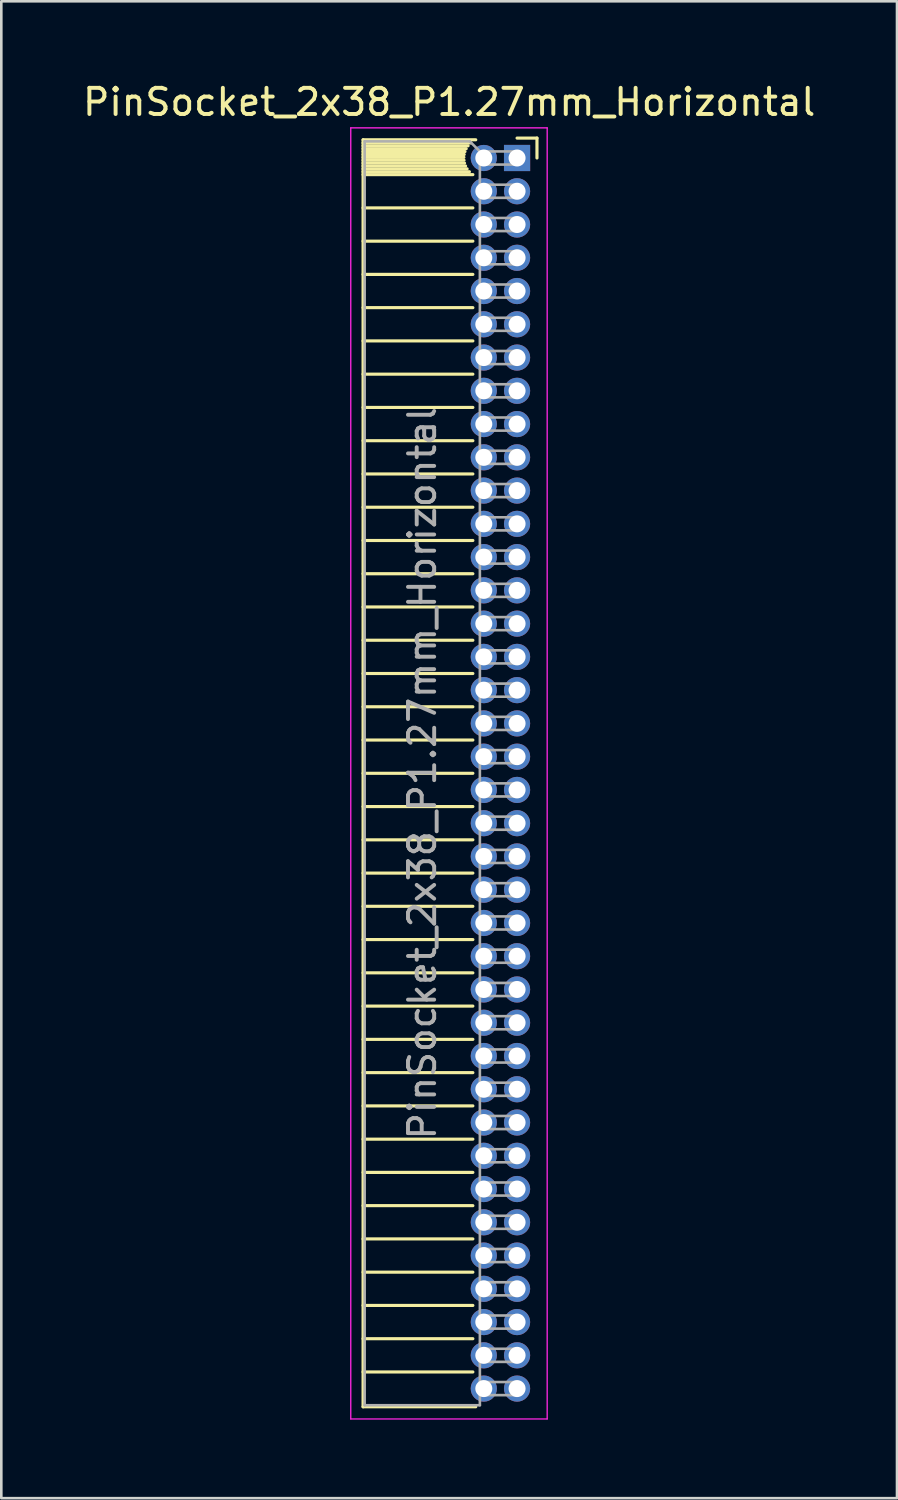
<source format=kicad_pcb>
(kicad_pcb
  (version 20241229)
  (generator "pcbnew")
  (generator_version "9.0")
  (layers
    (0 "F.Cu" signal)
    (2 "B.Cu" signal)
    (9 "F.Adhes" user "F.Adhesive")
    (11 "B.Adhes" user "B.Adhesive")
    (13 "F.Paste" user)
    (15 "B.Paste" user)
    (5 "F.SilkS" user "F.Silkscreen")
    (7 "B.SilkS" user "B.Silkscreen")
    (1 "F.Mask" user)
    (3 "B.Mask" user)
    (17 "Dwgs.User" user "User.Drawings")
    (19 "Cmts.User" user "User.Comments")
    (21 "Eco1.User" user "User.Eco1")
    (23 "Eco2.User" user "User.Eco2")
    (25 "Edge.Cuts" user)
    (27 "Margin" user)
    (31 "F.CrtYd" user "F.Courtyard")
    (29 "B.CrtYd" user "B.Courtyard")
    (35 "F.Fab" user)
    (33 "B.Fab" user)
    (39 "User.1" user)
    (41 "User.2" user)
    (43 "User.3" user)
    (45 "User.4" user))
  (footprint "PinSocket_2x38_P1.27mm_Horizontal"
    (layer "F.Cu")
    (at 16.694 2.983)
    (property "Reference" "PinSocket_2x38_P1.27mm_Horizontal" (at -2.592 -2.135 0) (layer "F.SilkS") (effects (font (size 1 1) (thickness 0.15))))
    (attr through_hole)
    (fp_line (start -5.88 -0.695) (end -5.88 47.685) (stroke (width 0.12) (type solid)) (layer "F.SilkS"))
    (fp_line (start -5.88 -0.695) (end -1.578 -0.695) (stroke (width 0.12) (type solid)) (layer "F.SilkS"))
    (fp_line (start -5.88 -0.575) (end -1.767 -0.575) (stroke (width 0.12) (type solid)) (layer "F.SilkS"))
    (fp_line (start -5.88 -0.465) (end -1.871 -0.465) (stroke (width 0.12) (type solid)) (layer "F.SilkS"))
    (fp_line (start -5.88 -0.355) (end -1.942 -0.355) (stroke (width 0.12) (type solid)) (layer "F.SilkS"))
    (fp_line (start -5.88 -0.245) (end -1.989 -0.245) (stroke (width 0.12) (type solid)) (layer "F.SilkS"))
    (fp_line (start -5.88 -0.135) (end -2.018 -0.135) (stroke (width 0.12) (type solid)) (layer "F.SilkS"))
    (fp_line (start -5.88 -0.025) (end -2.03 -0.025) (stroke (width 0.12) (type solid)) (layer "F.SilkS"))
    (fp_line (start -5.88 0.085) (end -2.025 0.085) (stroke (width 0.12) (type solid)) (layer "F.SilkS"))
    (fp_line (start -5.88 0.195) (end -2.005 0.195) (stroke (width 0.12) (type solid)) (layer "F.SilkS"))
    (fp_line (start -5.88 0.305) (end -1.966 0.305) (stroke (width 0.12) (type solid)) (layer "F.SilkS"))
    (fp_line (start -5.88 0.415) (end -1.907 0.415) (stroke (width 0.12) (type solid)) (layer "F.SilkS"))
    (fp_line (start -5.88 0.525) (end -1.82 0.525) (stroke (width 0.12) (type solid)) (layer "F.SilkS"))
    (fp_line (start -5.88 0.635) (end -1.688 0.635) (stroke (width 0.12) (type solid)) (layer "F.SilkS"))
    (fp_line (start -5.88 1.905) (end -1.688 1.905) (stroke (width 0.12) (type solid)) (layer "F.SilkS"))
    (fp_line (start -5.88 3.175) (end -1.688 3.175) (stroke (width 0.12) (type solid)) (layer "F.SilkS"))
    (fp_line (start -5.88 4.445) (end -1.688 4.445) (stroke (width 0.12) (type solid)) (layer "F.SilkS"))
    (fp_line (start -5.88 5.715) (end -1.688 5.715) (stroke (width 0.12) (type solid)) (layer "F.SilkS"))
    (fp_line (start -5.88 6.985) (end -1.688 6.985) (stroke (width 0.12) (type solid)) (layer "F.SilkS"))
    (fp_line (start -5.88 8.255) (end -1.688 8.255) (stroke (width 0.12) (type solid)) (layer "F.SilkS"))
    (fp_line (start -5.88 9.525) (end -1.688 9.525) (stroke (width 0.12) (type solid)) (layer "F.SilkS"))
    (fp_line (start -5.88 10.795) (end -1.688 10.795) (stroke (width 0.12) (type solid)) (layer "F.SilkS"))
    (fp_line (start -5.88 12.065) (end -1.688 12.065) (stroke (width 0.12) (type solid)) (layer "F.SilkS"))
    (fp_line (start -5.88 13.335) (end -1.688 13.335) (stroke (width 0.12) (type solid)) (layer "F.SilkS"))
    (fp_line (start -5.88 14.605) (end -1.688 14.605) (stroke (width 0.12) (type solid)) (layer "F.SilkS"))
    (fp_line (start -5.88 15.875) (end -1.688 15.875) (stroke (width 0.12) (type solid)) (layer "F.SilkS"))
    (fp_line (start -5.88 17.145) (end -1.688 17.145) (stroke (width 0.12) (type solid)) (layer "F.SilkS"))
    (fp_line (start -5.88 18.415) (end -1.688 18.415) (stroke (width 0.12) (type solid)) (layer "F.SilkS"))
    (fp_line (start -5.88 19.685) (end -1.688 19.685) (stroke (width 0.12) (type solid)) (layer "F.SilkS"))
    (fp_line (start -5.88 20.955) (end -1.688 20.955) (stroke (width 0.12) (type solid)) (layer "F.SilkS"))
    (fp_line (start -5.88 22.225) (end -1.688 22.225) (stroke (width 0.12) (type solid)) (layer "F.SilkS"))
    (fp_line (start -5.88 23.495) (end -1.688 23.495) (stroke (width 0.12) (type solid)) (layer "F.SilkS"))
    (fp_line (start -5.88 24.765) (end -1.688 24.765) (stroke (width 0.12) (type solid)) (layer "F.SilkS"))
    (fp_line (start -5.88 26.035) (end -1.688 26.035) (stroke (width 0.12) (type solid)) (layer "F.SilkS"))
    (fp_line (start -5.88 27.305) (end -1.688 27.305) (stroke (width 0.12) (type solid)) (layer "F.SilkS"))
    (fp_line (start -5.88 28.575) (end -1.688 28.575) (stroke (width 0.12) (type solid)) (layer "F.SilkS"))
    (fp_line (start -5.88 29.845) (end -1.688 29.845) (stroke (width 0.12) (type solid)) (layer "F.SilkS"))
    (fp_line (start -5.88 31.115) (end -1.688 31.115) (stroke (width 0.12) (type solid)) (layer "F.SilkS"))
    (fp_line (start -5.88 32.385) (end -1.688 32.385) (stroke (width 0.12) (type solid)) (layer "F.SilkS"))
    (fp_line (start -5.88 33.655) (end -1.688 33.655) (stroke (width 0.12) (type solid)) (layer "F.SilkS"))
    (fp_line (start -5.88 34.925) (end -1.688 34.925) (stroke (width 0.12) (type solid)) (layer "F.SilkS"))
    (fp_line (start -5.88 36.195) (end -1.688 36.195) (stroke (width 0.12) (type solid)) (layer "F.SilkS"))
    (fp_line (start -5.88 37.465) (end -1.688 37.465) (stroke (width 0.12) (type solid)) (layer "F.SilkS"))
    (fp_line (start -5.88 38.735) (end -1.688 38.735) (stroke (width 0.12) (type solid)) (layer "F.SilkS"))
    (fp_line (start -5.88 40.005) (end -1.688 40.005) (stroke (width 0.12) (type solid)) (layer "F.SilkS"))
    (fp_line (start -5.88 41.275) (end -1.688 41.275) (stroke (width 0.12) (type solid)) (layer "F.SilkS"))
    (fp_line (start -5.88 42.545) (end -1.688 42.545) (stroke (width 0.12) (type solid)) (layer "F.SilkS"))
    (fp_line (start -5.88 43.815) (end -1.688 43.815) (stroke (width 0.12) (type solid)) (layer "F.SilkS"))
    (fp_line (start -5.88 45.085) (end -1.688 45.085) (stroke (width 0.12) (type solid)) (layer "F.SilkS"))
    (fp_line (start -5.88 46.355) (end -1.688 46.355) (stroke (width 0.12) (type solid)) (layer "F.SilkS"))
    (fp_line (start -5.88 47.685) (end -1.578 47.685) (stroke (width 0.12) (type solid)) (layer "F.SilkS"))
    (fp_line (start 0 -0.76) (end 0.76 -0.76) (stroke (width 0.12) (type solid)) (layer "F.SilkS"))
    (fp_line (start 0.76 -0.76) (end 0.76 0) (stroke (width 0.12) (type solid)) (layer "F.SilkS"))
    (fp_line (start -6.35 -1.15) (end -6.35 48.15) (stroke (width 0.05) (type solid)) (layer "F.CrtYd"))
    (fp_line (start -6.35 48.15) (end 1.15 48.15) (stroke (width 0.05) (type solid)) (layer "F.CrtYd"))
    (fp_line (start 1.15 -1.15) (end -6.35 -1.15) (stroke (width 0.05) (type solid)) (layer "F.CrtYd"))
    (fp_line (start 1.15 48.15) (end 1.15 -1.15) (stroke (width 0.05) (type solid)) (layer "F.CrtYd"))
    (fp_line (start -5.82 -0.635) (end -1.805 -0.635) (stroke (width 0.1) (type solid)) (layer "F.Fab"))
    (fp_line (start -5.82 47.625) (end -5.82 -0.635) (stroke (width 0.1) (type solid)) (layer "F.Fab"))
    (fp_line (start -1.805 -0.635) (end -1.42 -0.25) (stroke (width 0.1) (type solid)) (layer "F.Fab"))
    (fp_line (start -1.42 -0.25) (end -1.42 47.625) (stroke (width 0.1) (type solid)) (layer "F.Fab"))
    (fp_line (start -1.42 0.25) (end 0 0.25) (stroke (width 0.1) (type solid)) (layer "F.Fab"))
    (fp_line (start -1.42 1.52) (end 0 1.52) (stroke (width 0.1) (type solid)) (layer "F.Fab"))
    (fp_line (start -1.42 2.79) (end 0 2.79) (stroke (width 0.1) (type solid)) (layer "F.Fab"))
    (fp_line (start -1.42 4.06) (end 0 4.06) (stroke (width 0.1) (type solid)) (layer "F.Fab"))
    (fp_line (start -1.42 5.33) (end 0 5.33) (stroke (width 0.1) (type solid)) (layer "F.Fab"))
    (fp_line (start -1.42 6.6) (end 0 6.6) (stroke (width 0.1) (type solid)) (layer "F.Fab"))
    (fp_line (start -1.42 7.87) (end 0 7.87) (stroke (width 0.1) (type solid)) (layer "F.Fab"))
    (fp_line (start -1.42 9.14) (end 0 9.14) (stroke (width 0.1) (type solid)) (layer "F.Fab"))
    (fp_line (start -1.42 10.41) (end 0 10.41) (stroke (width 0.1) (type solid)) (layer "F.Fab"))
    (fp_line (start -1.42 11.68) (end 0 11.68) (stroke (width 0.1) (type solid)) (layer "F.Fab"))
    (fp_line (start -1.42 12.95) (end 0 12.95) (stroke (width 0.1) (type solid)) (layer "F.Fab"))
    (fp_line (start -1.42 14.22) (end 0 14.22) (stroke (width 0.1) (type solid)) (layer "F.Fab"))
    (fp_line (start -1.42 15.49) (end 0 15.49) (stroke (width 0.1) (type solid)) (layer "F.Fab"))
    (fp_line (start -1.42 16.76) (end 0 16.76) (stroke (width 0.1) (type solid)) (layer "F.Fab"))
    (fp_line (start -1.42 18.03) (end 0 18.03) (stroke (width 0.1) (type solid)) (layer "F.Fab"))
    (fp_line (start -1.42 19.3) (end 0 19.3) (stroke (width 0.1) (type solid)) (layer "F.Fab"))
    (fp_line (start -1.42 20.57) (end 0 20.57) (stroke (width 0.1) (type solid)) (layer "F.Fab"))
    (fp_line (start -1.42 21.84) (end 0 21.84) (stroke (width 0.1) (type solid)) (layer "F.Fab"))
    (fp_line (start -1.42 23.11) (end 0 23.11) (stroke (width 0.1) (type solid)) (layer "F.Fab"))
    (fp_line (start -1.42 24.38) (end 0 24.38) (stroke (width 0.1) (type solid)) (layer "F.Fab"))
    (fp_line (start -1.42 25.65) (end 0 25.65) (stroke (width 0.1) (type solid)) (layer "F.Fab"))
    (fp_line (start -1.42 26.92) (end 0 26.92) (stroke (width 0.1) (type solid)) (layer "F.Fab"))
    (fp_line (start -1.42 28.19) (end 0 28.19) (stroke (width 0.1) (type solid)) (layer "F.Fab"))
    (fp_line (start -1.42 29.46) (end 0 29.46) (stroke (width 0.1) (type solid)) (layer "F.Fab"))
    (fp_line (start -1.42 30.73) (end 0 30.73) (stroke (width 0.1) (type solid)) (layer "F.Fab"))
    (fp_line (start -1.42 32) (end 0 32) (stroke (width 0.1) (type solid)) (layer "F.Fab"))
    (fp_line (start -1.42 33.27) (end 0 33.27) (stroke (width 0.1) (type solid)) (layer "F.Fab"))
    (fp_line (start -1.42 34.54) (end 0 34.54) (stroke (width 0.1) (type solid)) (layer "F.Fab"))
    (fp_line (start -1.42 35.81) (end 0 35.81) (stroke (width 0.1) (type solid)) (layer "F.Fab"))
    (fp_line (start -1.42 37.08) (end 0 37.08) (stroke (width 0.1) (type solid)) (layer "F.Fab"))
    (fp_line (start -1.42 38.35) (end 0 38.35) (stroke (width 0.1) (type solid)) (layer "F.Fab"))
    (fp_line (start -1.42 39.62) (end 0 39.62) (stroke (width 0.1) (type solid)) (layer "F.Fab"))
    (fp_line (start -1.42 40.89) (end 0 40.89) (stroke (width 0.1) (type solid)) (layer "F.Fab"))
    (fp_line (start -1.42 42.16) (end 0 42.16) (stroke (width 0.1) (type solid)) (layer "F.Fab"))
    (fp_line (start -1.42 43.43) (end 0 43.43) (stroke (width 0.1) (type solid)) (layer "F.Fab"))
    (fp_line (start -1.42 44.7) (end 0 44.7) (stroke (width 0.1) (type solid)) (layer "F.Fab"))
    (fp_line (start -1.42 45.97) (end 0 45.97) (stroke (width 0.1) (type solid)) (layer "F.Fab"))
    (fp_line (start -1.42 47.24) (end 0 47.24) (stroke (width 0.1) (type solid)) (layer "F.Fab"))
    (fp_line (start -1.42 47.625) (end -5.82 47.625) (stroke (width 0.1) (type solid)) (layer "F.Fab"))
    (fp_line (start 0 -0.25) (end -1.42 -0.25) (stroke (width 0.1) (type solid)) (layer "F.Fab"))
    (fp_line (start 0 0.25) (end 0 -0.25) (stroke (width 0.1) (type solid)) (layer "F.Fab"))
    (fp_line (start 0 1.02) (end -1.42 1.02) (stroke (width 0.1) (type solid)) (layer "F.Fab"))
    (fp_line (start 0 1.52) (end 0 1.02) (stroke (width 0.1) (type solid)) (layer "F.Fab"))
    (fp_line (start 0 2.29) (end -1.42 2.29) (stroke (width 0.1) (type solid)) (layer "F.Fab"))
    (fp_line (start 0 2.79) (end 0 2.29) (stroke (width 0.1) (type solid)) (layer "F.Fab"))
    (fp_line (start 0 3.56) (end -1.42 3.56) (stroke (width 0.1) (type solid)) (layer "F.Fab"))
    (fp_line (start 0 4.06) (end 0 3.56) (stroke (width 0.1) (type solid)) (layer "F.Fab"))
    (fp_line (start 0 4.83) (end -1.42 4.83) (stroke (width 0.1) (type solid)) (layer "F.Fab"))
    (fp_line (start 0 5.33) (end 0 4.83) (stroke (width 0.1) (type solid)) (layer "F.Fab"))
    (fp_line (start 0 6.1) (end -1.42 6.1) (stroke (width 0.1) (type solid)) (layer "F.Fab"))
    (fp_line (start 0 6.6) (end 0 6.1) (stroke (width 0.1) (type solid)) (layer "F.Fab"))
    (fp_line (start 0 7.37) (end -1.42 7.37) (stroke (width 0.1) (type solid)) (layer "F.Fab"))
    (fp_line (start 0 7.87) (end 0 7.37) (stroke (width 0.1) (type solid)) (layer "F.Fab"))
    (fp_line (start 0 8.64) (end -1.42 8.64) (stroke (width 0.1) (type solid)) (layer "F.Fab"))
    (fp_line (start 0 9.14) (end 0 8.64) (stroke (width 0.1) (type solid)) (layer "F.Fab"))
    (fp_line (start 0 9.91) (end -1.42 9.91) (stroke (width 0.1) (type solid)) (layer "F.Fab"))
    (fp_line (start 0 10.41) (end 0 9.91) (stroke (width 0.1) (type solid)) (layer "F.Fab"))
    (fp_line (start 0 11.18) (end -1.42 11.18) (stroke (width 0.1) (type solid)) (layer "F.Fab"))
    (fp_line (start 0 11.68) (end 0 11.18) (stroke (width 0.1) (type solid)) (layer "F.Fab"))
    (fp_line (start 0 12.45) (end -1.42 12.45) (stroke (width 0.1) (type solid)) (layer "F.Fab"))
    (fp_line (start 0 12.95) (end 0 12.45) (stroke (width 0.1) (type solid)) (layer "F.Fab"))
    (fp_line (start 0 13.72) (end -1.42 13.72) (stroke (width 0.1) (type solid)) (layer "F.Fab"))
    (fp_line (start 0 14.22) (end 0 13.72) (stroke (width 0.1) (type solid)) (layer "F.Fab"))
    (fp_line (start 0 14.99) (end -1.42 14.99) (stroke (width 0.1) (type solid)) (layer "F.Fab"))
    (fp_line (start 0 15.49) (end 0 14.99) (stroke (width 0.1) (type solid)) (layer "F.Fab"))
    (fp_line (start 0 16.26) (end -1.42 16.26) (stroke (width 0.1) (type solid)) (layer "F.Fab"))
    (fp_line (start 0 16.76) (end 0 16.26) (stroke (width 0.1) (type solid)) (layer "F.Fab"))
    (fp_line (start 0 17.53) (end -1.42 17.53) (stroke (width 0.1) (type solid)) (layer "F.Fab"))
    (fp_line (start 0 18.03) (end 0 17.53) (stroke (width 0.1) (type solid)) (layer "F.Fab"))
    (fp_line (start 0 18.8) (end -1.42 18.8) (stroke (width 0.1) (type solid)) (layer "F.Fab"))
    (fp_line (start 0 19.3) (end 0 18.8) (stroke (width 0.1) (type solid)) (layer "F.Fab"))
    (fp_line (start 0 20.07) (end -1.42 20.07) (stroke (width 0.1) (type solid)) (layer "F.Fab"))
    (fp_line (start 0 20.57) (end 0 20.07) (stroke (width 0.1) (type solid)) (layer "F.Fab"))
    (fp_line (start 0 21.34) (end -1.42 21.34) (stroke (width 0.1) (type solid)) (layer "F.Fab"))
    (fp_line (start 0 21.84) (end 0 21.34) (stroke (width 0.1) (type solid)) (layer "F.Fab"))
    (fp_line (start 0 22.61) (end -1.42 22.61) (stroke (width 0.1) (type solid)) (layer "F.Fab"))
    (fp_line (start 0 23.11) (end 0 22.61) (stroke (width 0.1) (type solid)) (layer "F.Fab"))
    (fp_line (start 0 23.88) (end -1.42 23.88) (stroke (width 0.1) (type solid)) (layer "F.Fab"))
    (fp_line (start 0 24.38) (end 0 23.88) (stroke (width 0.1) (type solid)) (layer "F.Fab"))
    (fp_line (start 0 25.15) (end -1.42 25.15) (stroke (width 0.1) (type solid)) (layer "F.Fab"))
    (fp_line (start 0 25.65) (end 0 25.15) (stroke (width 0.1) (type solid)) (layer "F.Fab"))
    (fp_line (start 0 26.42) (end -1.42 26.42) (stroke (width 0.1) (type solid)) (layer "F.Fab"))
    (fp_line (start 0 26.92) (end 0 26.42) (stroke (width 0.1) (type solid)) (layer "F.Fab"))
    (fp_line (start 0 27.69) (end -1.42 27.69) (stroke (width 0.1) (type solid)) (layer "F.Fab"))
    (fp_line (start 0 28.19) (end 0 27.69) (stroke (width 0.1) (type solid)) (layer "F.Fab"))
    (fp_line (start 0 28.96) (end -1.42 28.96) (stroke (width 0.1) (type solid)) (layer "F.Fab"))
    (fp_line (start 0 29.46) (end 0 28.96) (stroke (width 0.1) (type solid)) (layer "F.Fab"))
    (fp_line (start 0 30.23) (end -1.42 30.23) (stroke (width 0.1) (type solid)) (layer "F.Fab"))
    (fp_line (start 0 30.73) (end 0 30.23) (stroke (width 0.1) (type solid)) (layer "F.Fab"))
    (fp_line (start 0 31.5) (end -1.42 31.5) (stroke (width 0.1) (type solid)) (layer "F.Fab"))
    (fp_line (start 0 32) (end 0 31.5) (stroke (width 0.1) (type solid)) (layer "F.Fab"))
    (fp_line (start 0 32.77) (end -1.42 32.77) (stroke (width 0.1) (type solid)) (layer "F.Fab"))
    (fp_line (start 0 33.27) (end 0 32.77) (stroke (width 0.1) (type solid)) (layer "F.Fab"))
    (fp_line (start 0 34.04) (end -1.42 34.04) (stroke (width 0.1) (type solid)) (layer "F.Fab"))
    (fp_line (start 0 34.54) (end 0 34.04) (stroke (width 0.1) (type solid)) (layer "F.Fab"))
    (fp_line (start 0 35.31) (end -1.42 35.31) (stroke (width 0.1) (type solid)) (layer "F.Fab"))
    (fp_line (start 0 35.81) (end 0 35.31) (stroke (width 0.1) (type solid)) (layer "F.Fab"))
    (fp_line (start 0 36.58) (end -1.42 36.58) (stroke (width 0.1) (type solid)) (layer "F.Fab"))
    (fp_line (start 0 37.08) (end 0 36.58) (stroke (width 0.1) (type solid)) (layer "F.Fab"))
    (fp_line (start 0 37.85) (end -1.42 37.85) (stroke (width 0.1) (type solid)) (layer "F.Fab"))
    (fp_line (start 0 38.35) (end 0 37.85) (stroke (width 0.1) (type solid)) (layer "F.Fab"))
    (fp_line (start 0 39.12) (end -1.42 39.12) (stroke (width 0.1) (type solid)) (layer "F.Fab"))
    (fp_line (start 0 39.62) (end 0 39.12) (stroke (width 0.1) (type solid)) (layer "F.Fab"))
    (fp_line (start 0 40.39) (end -1.42 40.39) (stroke (width 0.1) (type solid)) (layer "F.Fab"))
    (fp_line (start 0 40.89) (end 0 40.39) (stroke (width 0.1) (type solid)) (layer "F.Fab"))
    (fp_line (start 0 41.66) (end -1.42 41.66) (stroke (width 0.1) (type solid)) (layer "F.Fab"))
    (fp_line (start 0 42.16) (end 0 41.66) (stroke (width 0.1) (type solid)) (layer "F.Fab"))
    (fp_line (start 0 42.93) (end -1.42 42.93) (stroke (width 0.1) (type solid)) (layer "F.Fab"))
    (fp_line (start 0 43.43) (end 0 42.93) (stroke (width 0.1) (type solid)) (layer "F.Fab"))
    (fp_line (start 0 44.2) (end -1.42 44.2) (stroke (width 0.1) (type solid)) (layer "F.Fab"))
    (fp_line (start 0 44.7) (end 0 44.2) (stroke (width 0.1) (type solid)) (layer "F.Fab"))
    (fp_line (start 0 45.47) (end -1.42 45.47) (stroke (width 0.1) (type solid)) (layer "F.Fab"))
    (fp_line (start 0 45.97) (end 0 45.47) (stroke (width 0.1) (type solid)) (layer "F.Fab"))
    (fp_line (start 0 46.74) (end -1.42 46.74) (stroke (width 0.1) (type solid)) (layer "F.Fab"))
    (fp_line (start 0 47.24) (end 0 46.74) (stroke (width 0.1) (type solid)) (layer "F.Fab"))
    (fp_text user "${REFERENCE}" (at -3.62 23.495 90) (layer "F.Fab") (effects (font (size 1 1) (thickness 0.15))))
    (pad "1" thru_hole rect (at 0 0) (size 1 1) (drill 0.65) (layers "*.Cu" "*.Mask"))
    (pad "2" thru_hole oval (at -1.27 0) (size 1 1) (drill 0.65) (layers "*.Cu" "*.Mask"))
    (pad "3" thru_hole oval (at 0 1.27) (size 1 1) (drill 0.65) (layers "*.Cu" "*.Mask"))
    (pad "4" thru_hole oval (at -1.27 1.27) (size 1 1) (drill 0.65) (layers "*.Cu" "*.Mask"))
    (pad "5" thru_hole oval (at 0 2.54) (size 1 1) (drill 0.65) (layers "*.Cu" "*.Mask"))
    (pad "6" thru_hole oval (at -1.27 2.54) (size 1 1) (drill 0.65) (layers "*.Cu" "*.Mask"))
    (pad "7" thru_hole oval (at 0 3.81) (size 1 1) (drill 0.65) (layers "*.Cu" "*.Mask"))
    (pad "8" thru_hole oval (at -1.27 3.81) (size 1 1) (drill 0.65) (layers "*.Cu" "*.Mask"))
    (pad "9" thru_hole oval (at 0 5.08) (size 1 1) (drill 0.65) (layers "*.Cu" "*.Mask"))
    (pad "10" thru_hole oval (at -1.27 5.08) (size 1 1) (drill 0.65) (layers "*.Cu" "*.Mask"))
    (pad "11" thru_hole oval (at 0 6.35) (size 1 1) (drill 0.65) (layers "*.Cu" "*.Mask"))
    (pad "12" thru_hole oval (at -1.27 6.35) (size 1 1) (drill 0.65) (layers "*.Cu" "*.Mask"))
    (pad "13" thru_hole oval (at 0 7.62) (size 1 1) (drill 0.65) (layers "*.Cu" "*.Mask"))
    (pad "14" thru_hole oval (at -1.27 7.62) (size 1 1) (drill 0.65) (layers "*.Cu" "*.Mask"))
    (pad "15" thru_hole oval (at 0 8.89) (size 1 1) (drill 0.65) (layers "*.Cu" "*.Mask"))
    (pad "16" thru_hole oval (at -1.27 8.89) (size 1 1) (drill 0.65) (layers "*.Cu" "*.Mask"))
    (pad "17" thru_hole oval (at 0 10.16) (size 1 1) (drill 0.65) (layers "*.Cu" "*.Mask"))
    (pad "18" thru_hole oval (at -1.27 10.16) (size 1 1) (drill 0.65) (layers "*.Cu" "*.Mask"))
    (pad "19" thru_hole oval (at 0 11.43) (size 1 1) (drill 0.65) (layers "*.Cu" "*.Mask"))
    (pad "20" thru_hole oval (at -1.27 11.43) (size 1 1) (drill 0.65) (layers "*.Cu" "*.Mask"))
    (pad "21" thru_hole oval (at 0 12.7) (size 1 1) (drill 0.65) (layers "*.Cu" "*.Mask"))
    (pad "22" thru_hole oval (at -1.27 12.7) (size 1 1) (drill 0.65) (layers "*.Cu" "*.Mask"))
    (pad "23" thru_hole oval (at 0 13.97) (size 1 1) (drill 0.65) (layers "*.Cu" "*.Mask"))
    (pad "24" thru_hole oval (at -1.27 13.97) (size 1 1) (drill 0.65) (layers "*.Cu" "*.Mask"))
    (pad "25" thru_hole oval (at 0 15.24) (size 1 1) (drill 0.65) (layers "*.Cu" "*.Mask"))
    (pad "26" thru_hole oval (at -1.27 15.24) (size 1 1) (drill 0.65) (layers "*.Cu" "*.Mask"))
    (pad "27" thru_hole oval (at 0 16.51) (size 1 1) (drill 0.65) (layers "*.Cu" "*.Mask"))
    (pad "28" thru_hole oval (at -1.27 16.51) (size 1 1) (drill 0.65) (layers "*.Cu" "*.Mask"))
    (pad "29" thru_hole oval (at 0 17.78) (size 1 1) (drill 0.65) (layers "*.Cu" "*.Mask"))
    (pad "30" thru_hole oval (at -1.27 17.78) (size 1 1) (drill 0.65) (layers "*.Cu" "*.Mask"))
    (pad "31" thru_hole oval (at 0 19.05) (size 1 1) (drill 0.65) (layers "*.Cu" "*.Mask"))
    (pad "32" thru_hole oval (at -1.27 19.05) (size 1 1) (drill 0.65) (layers "*.Cu" "*.Mask"))
    (pad "33" thru_hole oval (at 0 20.32) (size 1 1) (drill 0.65) (layers "*.Cu" "*.Mask"))
    (pad "34" thru_hole oval (at -1.27 20.32) (size 1 1) (drill 0.65) (layers "*.Cu" "*.Mask"))
    (pad "35" thru_hole oval (at 0 21.59) (size 1 1) (drill 0.65) (layers "*.Cu" "*.Mask"))
    (pad "36" thru_hole oval (at -1.27 21.59) (size 1 1) (drill 0.65) (layers "*.Cu" "*.Mask"))
    (pad "37" thru_hole oval (at 0 22.86) (size 1 1) (drill 0.65) (layers "*.Cu" "*.Mask"))
    (pad "38" thru_hole oval (at -1.27 22.86) (size 1 1) (drill 0.65) (layers "*.Cu" "*.Mask"))
    (pad "39" thru_hole oval (at 0 24.13) (size 1 1) (drill 0.65) (layers "*.Cu" "*.Mask"))
    (pad "40" thru_hole oval (at -1.27 24.13) (size 1 1) (drill 0.65) (layers "*.Cu" "*.Mask"))
    (pad "41" thru_hole oval (at 0 25.4) (size 1 1) (drill 0.65) (layers "*.Cu" "*.Mask"))
    (pad "42" thru_hole oval (at -1.27 25.4) (size 1 1) (drill 0.65) (layers "*.Cu" "*.Mask"))
    (pad "43" thru_hole oval (at 0 26.67) (size 1 1) (drill 0.65) (layers "*.Cu" "*.Mask"))
    (pad "44" thru_hole oval (at -1.27 26.67) (size 1 1) (drill 0.65) (layers "*.Cu" "*.Mask"))
    (pad "45" thru_hole oval (at 0 27.94) (size 1 1) (drill 0.65) (layers "*.Cu" "*.Mask"))
    (pad "46" thru_hole oval (at -1.27 27.94) (size 1 1) (drill 0.65) (layers "*.Cu" "*.Mask"))
    (pad "47" thru_hole oval (at 0 29.21) (size 1 1) (drill 0.65) (layers "*.Cu" "*.Mask"))
    (pad "48" thru_hole oval (at -1.27 29.21) (size 1 1) (drill 0.65) (layers "*.Cu" "*.Mask"))
    (pad "49" thru_hole oval (at 0 30.48) (size 1 1) (drill 0.65) (layers "*.Cu" "*.Mask"))
    (pad "50" thru_hole oval (at -1.27 30.48) (size 1 1) (drill 0.65) (layers "*.Cu" "*.Mask"))
    (pad "51" thru_hole oval (at 0 31.75) (size 1 1) (drill 0.65) (layers "*.Cu" "*.Mask"))
    (pad "52" thru_hole oval (at -1.27 31.75) (size 1 1) (drill 0.65) (layers "*.Cu" "*.Mask"))
    (pad "53" thru_hole oval (at 0 33.02) (size 1 1) (drill 0.65) (layers "*.Cu" "*.Mask"))
    (pad "54" thru_hole oval (at -1.27 33.02) (size 1 1) (drill 0.65) (layers "*.Cu" "*.Mask"))
    (pad "55" thru_hole oval (at 0 34.29) (size 1 1) (drill 0.65) (layers "*.Cu" "*.Mask"))
    (pad "56" thru_hole oval (at -1.27 34.29) (size 1 1) (drill 0.65) (layers "*.Cu" "*.Mask"))
    (pad "57" thru_hole oval (at 0 35.56) (size 1 1) (drill 0.65) (layers "*.Cu" "*.Mask"))
    (pad "58" thru_hole oval (at -1.27 35.56) (size 1 1) (drill 0.65) (layers "*.Cu" "*.Mask"))
    (pad "59" thru_hole oval (at 0 36.83) (size 1 1) (drill 0.65) (layers "*.Cu" "*.Mask"))
    (pad "60" thru_hole oval (at -1.27 36.83) (size 1 1) (drill 0.65) (layers "*.Cu" "*.Mask"))
    (pad "61" thru_hole oval (at 0 38.1) (size 1 1) (drill 0.65) (layers "*.Cu" "*.Mask"))
    (pad "62" thru_hole oval (at -1.27 38.1) (size 1 1) (drill 0.65) (layers "*.Cu" "*.Mask"))
    (pad "63" thru_hole oval (at 0 39.37) (size 1 1) (drill 0.65) (layers "*.Cu" "*.Mask"))
    (pad "64" thru_hole oval (at -1.27 39.37) (size 1 1) (drill 0.65) (layers "*.Cu" "*.Mask"))
    (pad "65" thru_hole oval (at 0 40.64) (size 1 1) (drill 0.65) (layers "*.Cu" "*.Mask"))
    (pad "66" thru_hole oval (at -1.27 40.64) (size 1 1) (drill 0.65) (layers "*.Cu" "*.Mask"))
    (pad "67" thru_hole oval (at 0 41.91) (size 1 1) (drill 0.65) (layers "*.Cu" "*.Mask"))
    (pad "68" thru_hole oval (at -1.27 41.91) (size 1 1) (drill 0.65) (layers "*.Cu" "*.Mask"))
    (pad "69" thru_hole oval (at 0 43.18) (size 1 1) (drill 0.65) (layers "*.Cu" "*.Mask"))
    (pad "70" thru_hole oval (at -1.27 43.18) (size 1 1) (drill 0.65) (layers "*.Cu" "*.Mask"))
    (pad "71" thru_hole oval (at 0 44.45) (size 1 1) (drill 0.65) (layers "*.Cu" "*.Mask"))
    (pad "72" thru_hole oval (at -1.27 44.45) (size 1 1) (drill 0.65) (layers "*.Cu" "*.Mask"))
    (pad "73" thru_hole oval (at 0 45.72) (size 1 1) (drill 0.65) (layers "*.Cu" "*.Mask"))
    (pad "74" thru_hole oval (at -1.27 45.72) (size 1 1) (drill 0.65) (layers "*.Cu" "*.Mask"))
    (pad "75" thru_hole oval (at 0 46.99) (size 1 1) (drill 0.65) (layers "*.Cu" "*.Mask"))
    (pad "76" thru_hole oval (at -1.27 46.99) (size 1 1) (drill 0.65) (layers "*.Cu" "*.Mask")))
  (gr_rect
    (start -3 -3)
    (end 31.202 54.158)
    (stroke (width 0.1) (type default))
    (fill no)
    (layer "Edge.Cuts")))
</source>
